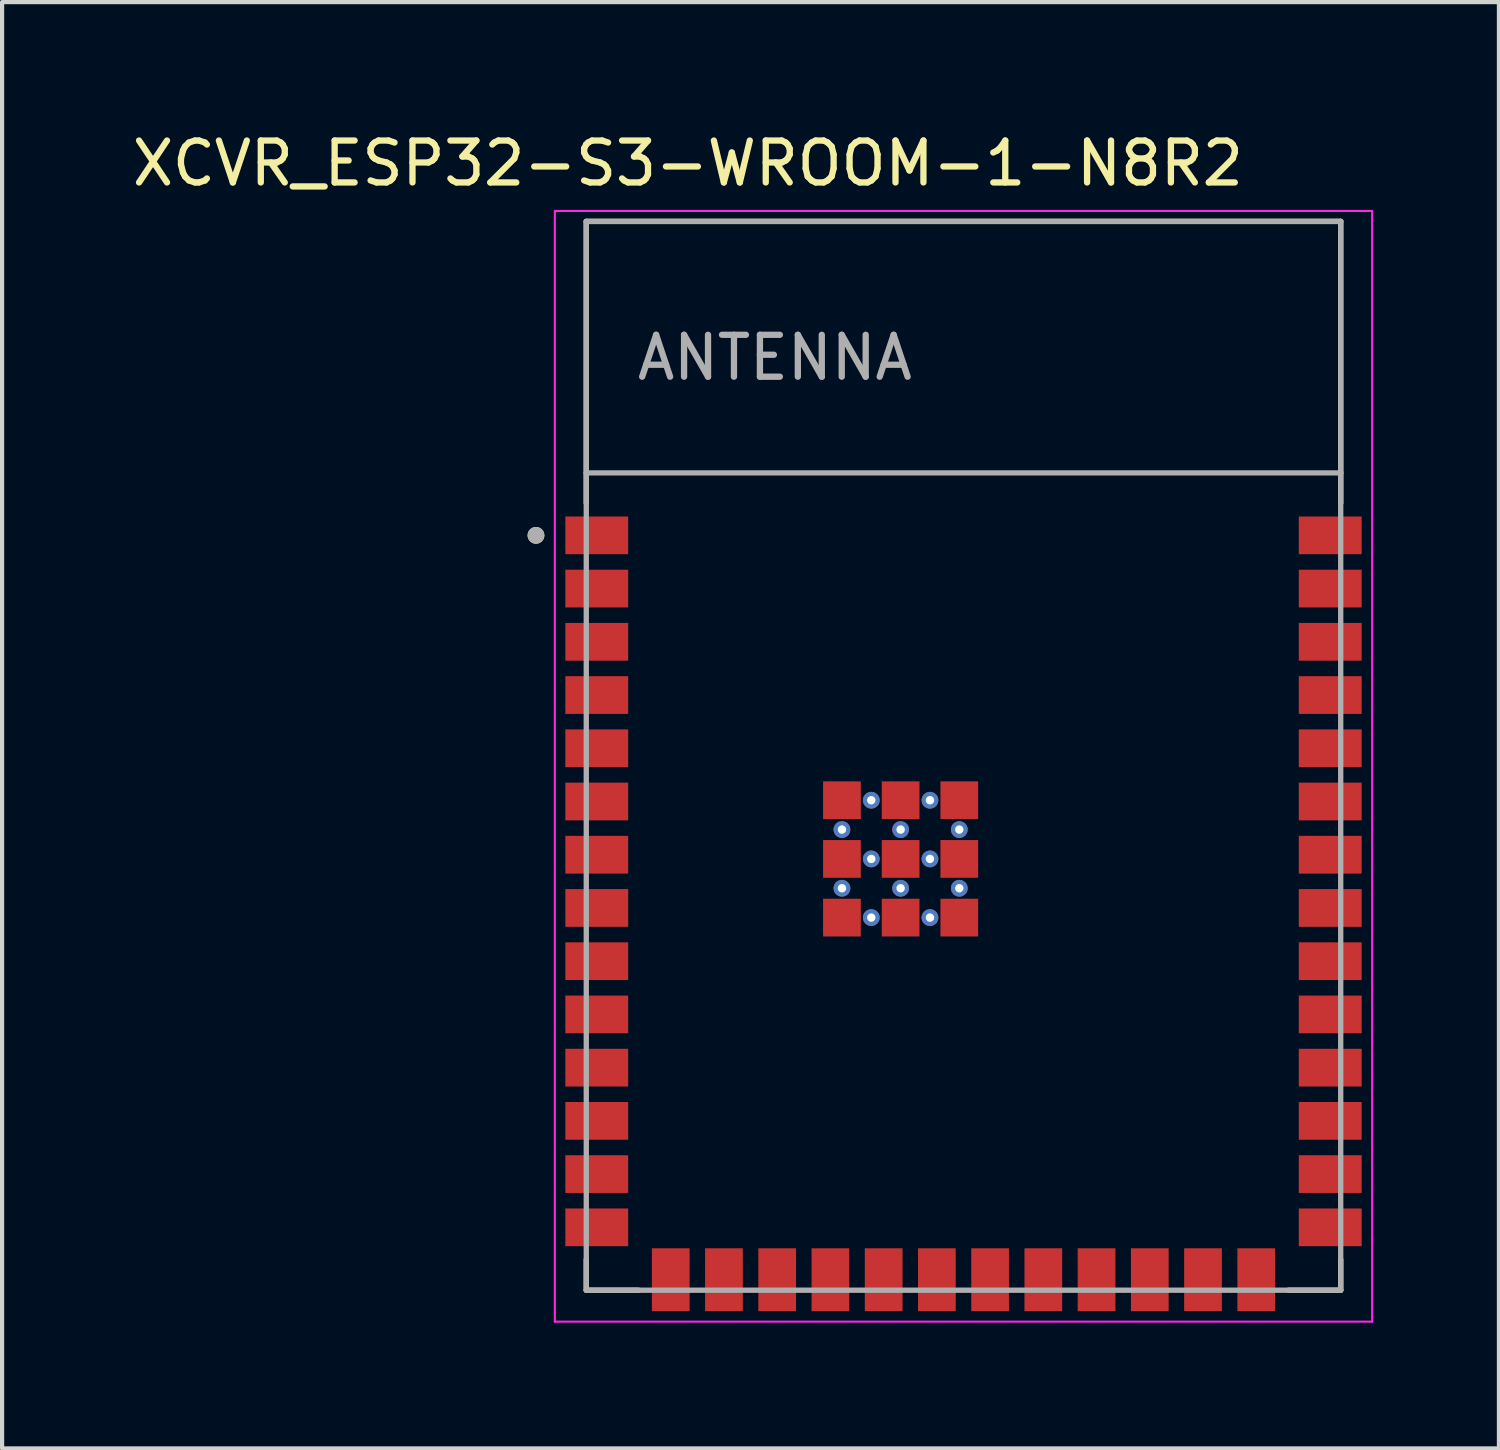
<source format=kicad_pcb>
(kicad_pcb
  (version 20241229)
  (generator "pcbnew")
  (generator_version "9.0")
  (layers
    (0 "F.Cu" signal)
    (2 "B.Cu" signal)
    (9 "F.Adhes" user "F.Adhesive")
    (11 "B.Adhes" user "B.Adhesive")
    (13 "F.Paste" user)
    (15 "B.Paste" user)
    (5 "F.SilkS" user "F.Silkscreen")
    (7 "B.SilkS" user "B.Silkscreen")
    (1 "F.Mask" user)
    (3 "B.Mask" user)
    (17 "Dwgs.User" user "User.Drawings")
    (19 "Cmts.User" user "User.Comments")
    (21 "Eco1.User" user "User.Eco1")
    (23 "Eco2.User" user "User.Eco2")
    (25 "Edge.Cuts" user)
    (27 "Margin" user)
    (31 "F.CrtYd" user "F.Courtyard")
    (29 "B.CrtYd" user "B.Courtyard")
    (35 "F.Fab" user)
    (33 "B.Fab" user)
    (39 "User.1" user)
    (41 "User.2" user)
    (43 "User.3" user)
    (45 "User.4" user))
  (footprint "XCVR_ESP32-S3-WROOM-1-N8R2"
    (layer "F.Cu")
    (at 19.938 14.983)
    (property "Reference" "XCVR_ESP32-S3-WROOM-1-N8R2" (at -6.575 -14.135 0) (layer "F.SilkS") (effects (font (size 1 1) (thickness 0.15))))
    (attr smd)
    (fp_line (start -9 -12.75) (end 9 -12.75) (stroke (width 0.127) (type solid)) (layer "F.SilkS"))
    (fp_line (start -9 -6.03) (end -9 -12.75) (stroke (width 0.127) (type solid)) (layer "F.SilkS"))
    (fp_line (start -9 12.02) (end -9 12.75) (stroke (width 0.127) (type solid)) (layer "F.SilkS"))
    (fp_line (start -9 12.75) (end -7.755 12.75) (stroke (width 0.127) (type solid)) (layer "F.SilkS"))
    (fp_line (start 9 -12.75) (end 9 -6.03) (stroke (width 0.127) (type solid)) (layer "F.SilkS"))
    (fp_line (start 9 12.02) (end 9 12.75) (stroke (width 0.127) (type solid)) (layer "F.SilkS"))
    (fp_line (start 9 12.75) (end 7.755 12.75) (stroke (width 0.127) (type solid)) (layer "F.SilkS"))
    (fp_circle (center -10.2 -5.26) (end -10.1 -5.26) (stroke (width 0.2) (type solid)) (fill no) (layer "F.SilkS"))
    (fp_line (start -9.75 -13) (end 9.75 -13) (stroke (width 0.05) (type solid)) (layer "F.CrtYd"))
    (fp_line (start -9.75 13.5) (end -9.75 -13) (stroke (width 0.05) (type solid)) (layer "F.CrtYd"))
    (fp_line (start -9.75 13.5) (end 9.75 13.5) (stroke (width 0.05) (type solid)) (layer "F.CrtYd"))
    (fp_line (start 9.75 -13) (end 9.75 13.5) (stroke (width 0.05) (type solid)) (layer "F.CrtYd"))
    (fp_line (start -9 -12.75) (end 9 -12.75) (stroke (width 0.127) (type solid)) (layer "F.Fab"))
    (fp_line (start -9 -6.75) (end -9 -12.75) (stroke (width 0.127) (type solid)) (layer "F.Fab"))
    (fp_line (start -9 -6.75) (end 9 -6.75) (stroke (width 0.127) (type solid)) (layer "F.Fab"))
    (fp_line (start -9 12.75) (end -9 -6.75) (stroke (width 0.127) (type solid)) (layer "F.Fab"))
    (fp_line (start 9 -12.75) (end 9 -6.75) (stroke (width 0.127) (type solid)) (layer "F.Fab"))
    (fp_line (start 9 -6.75) (end 9 12.75) (stroke (width 0.127) (type solid)) (layer "F.Fab"))
    (fp_line (start 9 12.75) (end -9 12.75) (stroke (width 0.127) (type solid)) (layer "F.Fab"))
    (fp_circle (center -10.2 -5.26) (end -10.1 -5.26) (stroke (width 0.2) (type solid)) (fill no) (layer "F.Fab"))
    (fp_text user "ANTENNA" (at -4.5 -9.5 0) (layer "F.Fab") (effects (font (size 1 1) (thickness 0.15))))
    (pad "1" smd rect (at -8.75 -5.26) (size 1.5 0.9) (layers "F.Cu" "F.Mask" "F.Paste"))
    (pad "2" smd rect (at -8.75 -3.99) (size 1.5 0.9) (layers "F.Cu" "F.Mask" "F.Paste"))
    (pad "3" smd rect (at -8.75 -2.72) (size 1.5 0.9) (layers "F.Cu" "F.Mask" "F.Paste"))
    (pad "4" smd rect (at -8.75 -1.45) (size 1.5 0.9) (layers "F.Cu" "F.Mask" "F.Paste"))
    (pad "5" smd rect (at -8.75 -0.18) (size 1.5 0.9) (layers "F.Cu" "F.Mask" "F.Paste"))
    (pad "6" smd rect (at -8.75 1.09) (size 1.5 0.9) (layers "F.Cu" "F.Mask" "F.Paste"))
    (pad "7" smd rect (at -8.75 2.36) (size 1.5 0.9) (layers "F.Cu" "F.Mask" "F.Paste"))
    (pad "8" smd rect (at -8.75 3.63) (size 1.5 0.9) (layers "F.Cu" "F.Mask" "F.Paste"))
    (pad "9" smd rect (at -8.75 4.9) (size 1.5 0.9) (layers "F.Cu" "F.Mask" "F.Paste"))
    (pad "10" smd rect (at -8.75 6.17) (size 1.5 0.9) (layers "F.Cu" "F.Mask" "F.Paste"))
    (pad "11" smd rect (at -8.75 7.44) (size 1.5 0.9) (layers "F.Cu" "F.Mask" "F.Paste"))
    (pad "12" smd rect (at -8.75 8.71) (size 1.5 0.9) (layers "F.Cu" "F.Mask" "F.Paste"))
    (pad "13" smd rect (at -8.75 9.98) (size 1.5 0.9) (layers "F.Cu" "F.Mask" "F.Paste"))
    (pad "14" smd rect (at -8.75 11.25) (size 1.5 0.9) (layers "F.Cu" "F.Mask" "F.Paste"))
    (pad "15" smd rect (at -6.985 12.5) (size 0.9 1.5) (layers "F.Cu" "F.Mask" "F.Paste"))
    (pad "16" smd rect (at -5.715 12.5) (size 0.9 1.5) (layers "F.Cu" "F.Mask" "F.Paste"))
    (pad "17" smd rect (at -4.445 12.5) (size 0.9 1.5) (layers "F.Cu" "F.Mask" "F.Paste"))
    (pad "18" smd rect (at -3.175 12.5) (size 0.9 1.5) (layers "F.Cu" "F.Mask" "F.Paste"))
    (pad "19" smd rect (at -1.905 12.5) (size 0.9 1.5) (layers "F.Cu" "F.Mask" "F.Paste"))
    (pad "20" smd rect (at -0.635 12.5) (size 0.9 1.5) (layers "F.Cu" "F.Mask" "F.Paste"))
    (pad "21" smd rect (at 0.635 12.5) (size 0.9 1.5) (layers "F.Cu" "F.Mask" "F.Paste"))
    (pad "22" smd rect (at 1.905 12.5) (size 0.9 1.5) (layers "F.Cu" "F.Mask" "F.Paste"))
    (pad "23" smd rect (at 3.175 12.5) (size 0.9 1.5) (layers "F.Cu" "F.Mask" "F.Paste"))
    (pad "24" smd rect (at 4.445 12.5) (size 0.9 1.5) (layers "F.Cu" "F.Mask" "F.Paste"))
    (pad "25" smd rect (at 5.715 12.5) (size 0.9 1.5) (layers "F.Cu" "F.Mask" "F.Paste"))
    (pad "26" smd rect (at 6.985 12.5) (size 0.9 1.5) (layers "F.Cu" "F.Mask" "F.Paste"))
    (pad "27" smd rect (at 8.75 11.25) (size 1.5 0.9) (layers "F.Cu" "F.Mask" "F.Paste"))
    (pad "28" smd rect (at 8.75 9.98) (size 1.5 0.9) (layers "F.Cu" "F.Mask" "F.Paste"))
    (pad "29" smd rect (at 8.75 8.71) (size 1.5 0.9) (layers "F.Cu" "F.Mask" "F.Paste"))
    (pad "30" smd rect (at 8.75 7.44) (size 1.5 0.9) (layers "F.Cu" "F.Mask" "F.Paste"))
    (pad "31" smd rect (at 8.75 6.17) (size 1.5 0.9) (layers "F.Cu" "F.Mask" "F.Paste"))
    (pad "32" smd rect (at 8.75 4.9) (size 1.5 0.9) (layers "F.Cu" "F.Mask" "F.Paste"))
    (pad "33" smd rect (at 8.75 3.63) (size 1.5 0.9) (layers "F.Cu" "F.Mask" "F.Paste"))
    (pad "34" smd rect (at 8.75 2.36) (size 1.5 0.9) (layers "F.Cu" "F.Mask" "F.Paste"))
    (pad "35" smd rect (at 8.75 1.09) (size 1.5 0.9) (layers "F.Cu" "F.Mask" "F.Paste"))
    (pad "36" smd rect (at 8.75 -0.18) (size 1.5 0.9) (layers "F.Cu" "F.Mask" "F.Paste"))
    (pad "37" smd rect (at 8.75 -1.45) (size 1.5 0.9) (layers "F.Cu" "F.Mask" "F.Paste"))
    (pad "38" smd rect (at 8.75 -2.72) (size 1.5 0.9) (layers "F.Cu" "F.Mask" "F.Paste"))
    (pad "39" smd rect (at 8.75 -3.99) (size 1.5 0.9) (layers "F.Cu" "F.Mask" "F.Paste"))
    (pad "40" smd rect (at 8.75 -5.26) (size 1.5 0.9) (layers "F.Cu" "F.Mask" "F.Paste"))
    (pad "41_1" smd rect (at -1.5 2.46) (size 0.9 0.9) (layers "F.Cu" "F.Mask" "F.Paste"))
    (pad "41_2" smd rect (at -2.9 2.46) (size 0.9 0.9) (layers "F.Cu" "F.Mask" "F.Paste"))
    (pad "41_3" smd rect (at -0.1 2.46) (size 0.9 0.9) (layers "F.Cu" "F.Mask" "F.Paste"))
    (pad "41_4" smd rect (at -2.9 3.86) (size 0.9 0.9) (layers "F.Cu" "F.Mask" "F.Paste"))
    (pad "41_5" smd rect (at -1.5 3.86) (size 0.9 0.9) (layers "F.Cu" "F.Mask" "F.Paste"))
    (pad "41_6" smd rect (at -0.1 3.86) (size 0.9 0.9) (layers "F.Cu" "F.Mask" "F.Paste"))
    (pad "41_7" smd rect (at -2.9 1.06) (size 0.9 0.9) (layers "F.Cu" "F.Mask" "F.Paste"))
    (pad "41_8" smd rect (at -1.5 1.06) (size 0.9 0.9) (layers "F.Cu" "F.Mask" "F.Paste"))
    (pad "41_9" smd rect (at -0.1 1.06) (size 0.9 0.9) (layers "F.Cu" "F.Mask" "F.Paste"))
    (pad "41_10" thru_hole circle (at -1.5 1.76) (size 0.4 0.4) (drill 0.2) (layers "*.Cu"))
    (pad "41_11" thru_hole circle (at -2.9 1.76) (size 0.4 0.4) (drill 0.2) (layers "*.Cu"))
    (pad "41_12" thru_hole circle (at -0.1 1.76) (size 0.4 0.4) (drill 0.2) (layers "*.Cu"))
    (pad "41_13" thru_hole circle (at -2.9 3.16) (size 0.4 0.4) (drill 0.2) (layers "*.Cu"))
    (pad "41_14" thru_hole circle (at -1.5 3.16) (size 0.4 0.4) (drill 0.2) (layers "*.Cu"))
    (pad "41_15" thru_hole circle (at -0.1 3.16) (size 0.4 0.4) (drill 0.2) (layers "*.Cu"))
    (pad "41_16" thru_hole circle (at -2.2 1.06) (size 0.4 0.4) (drill 0.2) (layers "*.Cu"))
    (pad "41_17" thru_hole circle (at -0.8 1.06) (size 0.4 0.4) (drill 0.2) (layers "*.Cu"))
    (pad "41_18" thru_hole circle (at -2.2 2.46) (size 0.4 0.4) (drill 0.2) (layers "*.Cu"))
    (pad "41_19" thru_hole circle (at -0.8 2.46) (size 0.4 0.4) (drill 0.2) (layers "*.Cu"))
    (pad "41_20" thru_hole circle (at -2.2 3.86) (size 0.4 0.4) (drill 0.2) (layers "*.Cu"))
    (pad "41_21" thru_hole circle (at -0.8 3.86) (size 0.4 0.4) (drill 0.2) (layers "*.Cu"))
    (zone (net_name "") (layer "F.Cu") (hatch full 0.508) (connect_pads) (min_thickness 0.01) (filled_areas_thickness no) (keepout (tracks not_allowed) (vias not_allowed) (pads not_allowed) (copperpour not_allowed) (footprints allowed)) (placement (enabled no)) (fill) (polygon (pts (xy 10.938 2.233) (xy 28.938 2.233) (xy 28.938 8.233) (xy 10.938 8.233))))
    (zone (net_name "") (layers "F.Cu" "B.Cu") (hatch full 0.508) (connect_pads) (min_thickness 0.01) (filled_areas_thickness no) (keepout (tracks allowed) (vias not_allowed) (pads allowed) (copperpour allowed) (footprints allowed)) (placement (enabled no)) (fill) (polygon (pts (xy 10.938 2.233) (xy 28.938 2.233) (xy 28.938 8.233) (xy 10.938 8.233))))
    (zone (net_name "") (layer "B.Cu") (hatch full 0.508) (connect_pads) (min_thickness 0.01) (filled_areas_thickness no) (keepout (tracks not_allowed) (vias not_allowed) (pads not_allowed) (copperpour not_allowed) (footprints allowed)) (placement (enabled no)) (fill) (polygon (pts (xy 10.938 2.233) (xy 28.938 2.233) (xy 28.938 8.233) (xy 10.938 8.233)))))
  (gr_rect
    (start -3 -3)
    (end 32.713 31.508)
    (stroke (width 0.1) (type default))
    (fill no)
    (layer "Edge.Cuts")))
</source>
